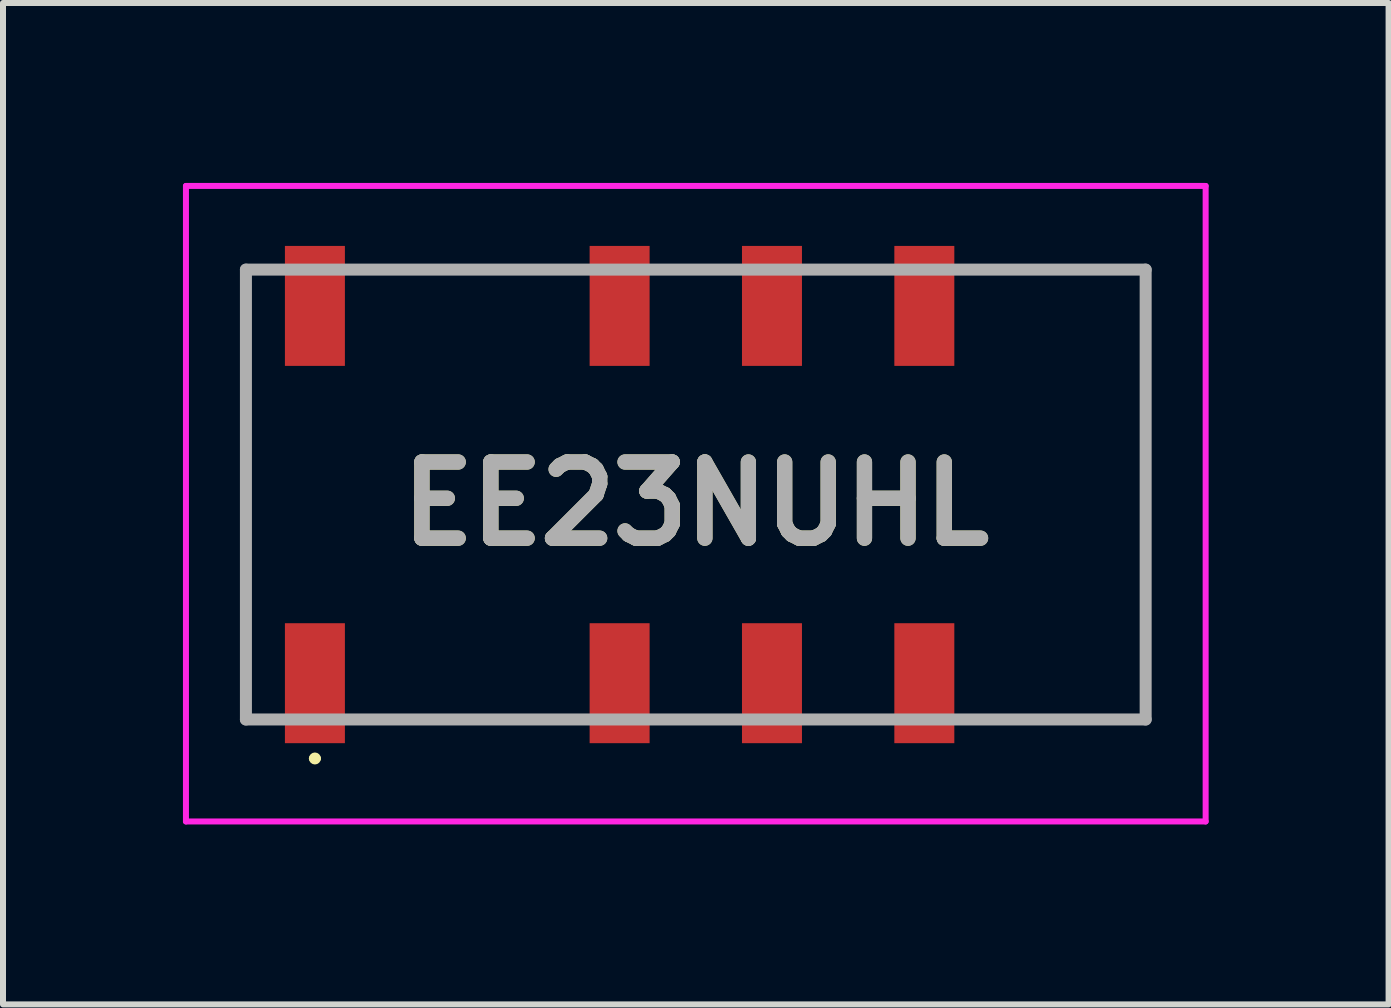
<source format=kicad_pcb>
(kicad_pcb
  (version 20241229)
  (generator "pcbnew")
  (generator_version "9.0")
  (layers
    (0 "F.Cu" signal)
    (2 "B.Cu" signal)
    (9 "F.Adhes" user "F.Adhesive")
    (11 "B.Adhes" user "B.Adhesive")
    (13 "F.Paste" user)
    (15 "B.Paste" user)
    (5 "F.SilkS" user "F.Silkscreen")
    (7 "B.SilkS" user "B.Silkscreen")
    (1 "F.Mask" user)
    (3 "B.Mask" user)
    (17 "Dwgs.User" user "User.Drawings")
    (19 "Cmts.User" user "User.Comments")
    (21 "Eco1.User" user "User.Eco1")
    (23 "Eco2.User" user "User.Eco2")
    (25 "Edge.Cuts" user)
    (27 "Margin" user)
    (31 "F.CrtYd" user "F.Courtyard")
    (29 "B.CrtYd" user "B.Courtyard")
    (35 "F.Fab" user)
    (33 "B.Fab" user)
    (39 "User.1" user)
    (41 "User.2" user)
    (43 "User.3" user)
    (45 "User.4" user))
  (footprint "EE23NUHL"
    (layer "F.Cu")
    (at 8.55 5.195)
    (property "Reference" "EE23NUHL" (at 0 0.153 0) (layer "F.SilkS") (effects (font (size 1.27 1.27) (thickness 0.254))))
    (attr smd)
    (fp_line (start -7.5 -3.75) (end -7.5 3.75) (stroke (width 0.1) (type solid)) (layer "F.SilkS"))
    (fp_line (start -6.4 4.4) (end -6.4 4.4) (stroke (width 0.1) (type solid)) (layer "F.SilkS"))
    (fp_line (start -6.3 4.4) (end -6.3 4.4) (stroke (width 0.1) (type solid)) (layer "F.SilkS"))
    (fp_line (start -5.08 -3.75) (end -2.54 -3.75) (stroke (width 0.1) (type solid)) (layer "F.SilkS"))
    (fp_line (start -5.08 3.75) (end -2.54 3.75) (stroke (width 0.1) (type solid)) (layer "F.SilkS"))
    (fp_line (start 5.08 -3.75) (end 7.5 -3.75) (stroke (width 0.1) (type solid)) (layer "F.SilkS"))
    (fp_line (start 7.5 -3.75) (end 7.5 3.75) (stroke (width 0.1) (type solid)) (layer "F.SilkS"))
    (fp_line (start 7.5 3.75) (end 5.08 3.75) (stroke (width 0.1) (type solid)) (layer "F.SilkS"))
    (fp_arc (start -6.4 4.4) (mid -6.35 4.35) (end -6.3 4.4) (stroke (width 0.1) (type solid)) (layer "F.SilkS"))
    (fp_arc (start -6.3 4.4) (mid -6.35 4.45) (end -6.4 4.4) (stroke (width 0.1) (type solid)) (layer "F.SilkS"))
    (fp_line (start -8.5 -5.145) (end 8.5 -5.145) (stroke (width 0.1) (type solid)) (layer "F.CrtYd"))
    (fp_line (start -8.5 5.45) (end -8.5 -5.145) (stroke (width 0.1) (type solid)) (layer "F.CrtYd"))
    (fp_line (start 8.5 -5.145) (end 8.5 5.45) (stroke (width 0.1) (type solid)) (layer "F.CrtYd"))
    (fp_line (start 8.5 5.45) (end -8.5 5.45) (stroke (width 0.1) (type solid)) (layer "F.CrtYd"))
    (fp_line (start -7.5 -3.75) (end 7.5 -3.75) (stroke (width 0.2) (type solid)) (layer "F.Fab"))
    (fp_line (start -7.5 3.75) (end -7.5 -3.75) (stroke (width 0.2) (type solid)) (layer "F.Fab"))
    (fp_line (start 7.5 -3.75) (end 7.5 3.75) (stroke (width 0.2) (type solid)) (layer "F.Fab"))
    (fp_line (start 7.5 3.75) (end -7.5 3.75) (stroke (width 0.2) (type solid)) (layer "F.Fab"))
    (fp_text user "${REFERENCE}" (at 0 0.153 0) (layer "F.Fab") (effects (font (size 1.27 1.27) (thickness 0.254))))
    (pad "1" smd rect (at -6.35 3.145) (size 1 2) (layers "F.Cu" "F.Mask" "F.Paste"))
    (pad "3" smd rect (at -1.27 3.145) (size 1 2) (layers "F.Cu" "F.Mask" "F.Paste"))
    (pad "4" smd rect (at 1.27 3.145) (size 1 2) (layers "F.Cu" "F.Mask" "F.Paste"))
    (pad "5" smd rect (at 3.81 3.145) (size 1 2) (layers "F.Cu" "F.Mask" "F.Paste"))
    (pad "8" smd rect (at 3.81 -3.145) (size 1 2) (layers "F.Cu" "F.Mask" "F.Paste"))
    (pad "9" smd rect (at 1.27 -3.145) (size 1 2) (layers "F.Cu" "F.Mask" "F.Paste"))
    (pad "10" smd rect (at -1.27 -3.145) (size 1 2) (layers "F.Cu" "F.Mask" "F.Paste"))
    (pad "12" smd rect (at -6.35 -3.145) (size 1 2) (layers "F.Cu" "F.Mask" "F.Paste")))
  (gr_rect
    (start -3 -3)
    (end 20.1 13.695)
    (stroke (width 0.1) (type default))
    (fill no)
    (layer "Edge.Cuts")))
</source>
